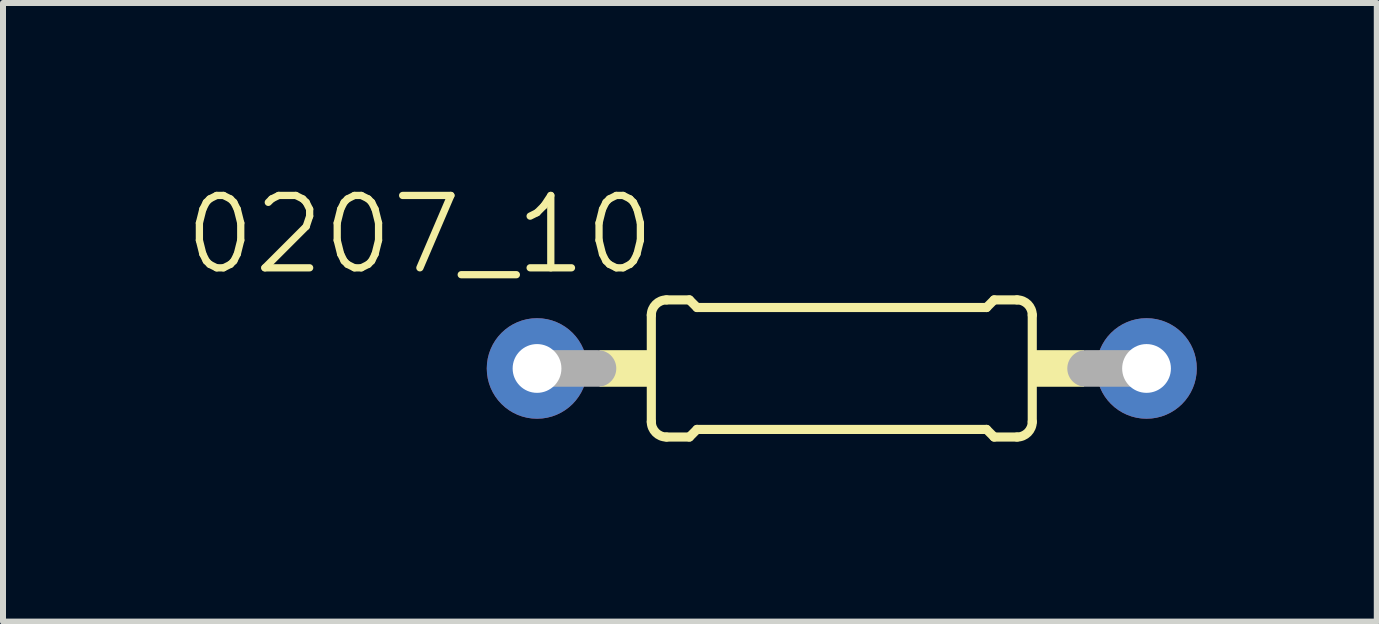
<source format=kicad_pcb>
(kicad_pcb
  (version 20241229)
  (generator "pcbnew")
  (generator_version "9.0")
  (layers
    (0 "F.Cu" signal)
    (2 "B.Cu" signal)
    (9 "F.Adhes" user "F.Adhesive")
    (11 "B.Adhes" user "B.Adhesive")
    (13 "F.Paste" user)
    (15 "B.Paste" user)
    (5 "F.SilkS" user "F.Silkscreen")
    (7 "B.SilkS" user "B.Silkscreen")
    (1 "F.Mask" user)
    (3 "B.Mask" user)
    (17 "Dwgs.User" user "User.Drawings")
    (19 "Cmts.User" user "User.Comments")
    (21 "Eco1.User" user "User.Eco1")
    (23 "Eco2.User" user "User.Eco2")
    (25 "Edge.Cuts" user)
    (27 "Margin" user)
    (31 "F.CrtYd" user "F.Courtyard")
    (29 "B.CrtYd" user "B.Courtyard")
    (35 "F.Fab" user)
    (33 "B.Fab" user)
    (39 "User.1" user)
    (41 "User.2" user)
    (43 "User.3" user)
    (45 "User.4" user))
  (footprint "0207_10"
    (layer "F.Cu")
    (at 10.982 3.092)
    (property "Reference" "0207_10" (at -3.048 -1.524 180) (layer "F.SilkS") (effects (font (size 1.206 1.206) (thickness 0.121)) (justify right bottom)))
    (attr through_hole)
    (fp_line (start -3.175 0.889) (end -3.175 -0.889) (stroke (width 0.152) (type solid)) (layer "F.SilkS"))
    (fp_line (start -2.921 -1.143) (end -2.54 -1.143) (stroke (width 0.152) (type solid)) (layer "F.SilkS"))
    (fp_line (start -2.921 1.143) (end -2.54 1.143) (stroke (width 0.152) (type solid)) (layer "F.SilkS"))
    (fp_line (start -2.413 -1.016) (end -2.54 -1.143) (stroke (width 0.152) (type solid)) (layer "F.SilkS"))
    (fp_line (start -2.413 1.016) (end -2.54 1.143) (stroke (width 0.152) (type solid)) (layer "F.SilkS"))
    (fp_line (start 2.413 -1.016) (end -2.413 -1.016) (stroke (width 0.152) (type solid)) (layer "F.SilkS"))
    (fp_line (start 2.413 -1.016) (end 2.54 -1.143) (stroke (width 0.152) (type solid)) (layer "F.SilkS"))
    (fp_line (start 2.413 1.016) (end -2.413 1.016) (stroke (width 0.152) (type solid)) (layer "F.SilkS"))
    (fp_line (start 2.413 1.016) (end 2.54 1.143) (stroke (width 0.152) (type solid)) (layer "F.SilkS"))
    (fp_line (start 2.921 -1.143) (end 2.54 -1.143) (stroke (width 0.152) (type solid)) (layer "F.SilkS"))
    (fp_line (start 2.921 1.143) (end 2.54 1.143) (stroke (width 0.152) (type solid)) (layer "F.SilkS"))
    (fp_line (start 3.175 0.889) (end 3.175 -0.889) (stroke (width 0.152) (type solid)) (layer "F.SilkS"))
    (fp_arc (start -3.175 -0.889) (mid -3.100605 -1.068605) (end -2.921 -1.143) (stroke (width 0.1524) (type solid)) (layer "F.SilkS"))
    (fp_arc (start -2.921 1.143) (mid -3.100605 1.068605) (end -3.175 0.889) (stroke (width 0.1524) (type solid)) (layer "F.SilkS"))
    (fp_arc (start 2.921 -1.143) (mid 3.100605 -1.068605) (end 3.175 -0.889) (stroke (width 0.1524) (type solid)) (layer "F.SilkS"))
    (fp_arc (start 3.175 0.889) (mid 3.100605 1.068605) (end 2.921 1.143) (stroke (width 0.1524) (type solid)) (layer "F.SilkS"))
    (fp_poly (pts (xy -4.039 0.305) (xy -3.175 0.305) (xy -3.175 -0.305) (xy -4.039 -0.305)) (stroke (width 0) (type solid)) (fill yes) (layer "F.SilkS"))
    (fp_poly (pts (xy 3.175 0.305) (xy 4.039 0.305) (xy 4.039 -0.305) (xy 3.175 -0.305)) (stroke (width 0) (type solid)) (fill yes) (layer "F.SilkS"))
    (fp_line (start -5.08 0) (end -4.064 0) (stroke (width 0.61) (type solid)) (layer "F.Fab"))
    (fp_line (start 5.08 0) (end 4.064 0) (stroke (width 0.61) (type solid)) (layer "F.Fab"))
    (pad "1" thru_hole circle (at -5.08 0) (size 1.676 1.676) (drill 0.813) (layers "*.Cu" "*.Mask"))
    (pad "2" thru_hole circle (at 5.08 0) (size 1.676 1.676) (drill 0.813) (layers "*.Cu" "*.Mask")))
  (gr_rect
    (start -3 -3)
    (end 19.9 7.312)
    (stroke (width 0.1) (type default))
    (fill no)
    (layer "Edge.Cuts")))
</source>
